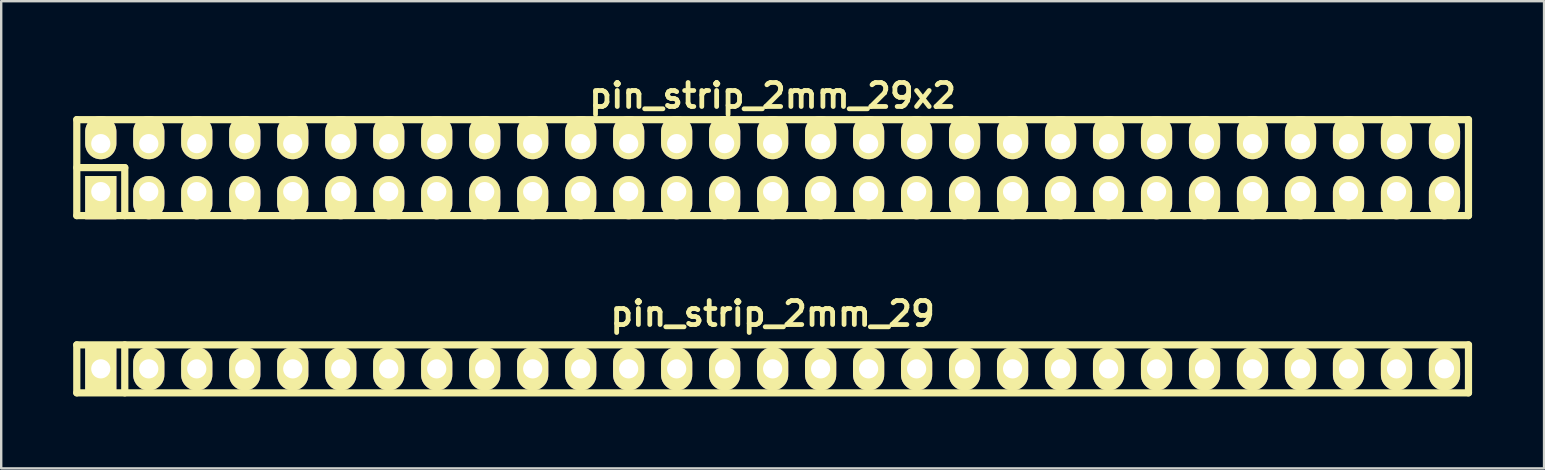
<source format=kicad_pcb>
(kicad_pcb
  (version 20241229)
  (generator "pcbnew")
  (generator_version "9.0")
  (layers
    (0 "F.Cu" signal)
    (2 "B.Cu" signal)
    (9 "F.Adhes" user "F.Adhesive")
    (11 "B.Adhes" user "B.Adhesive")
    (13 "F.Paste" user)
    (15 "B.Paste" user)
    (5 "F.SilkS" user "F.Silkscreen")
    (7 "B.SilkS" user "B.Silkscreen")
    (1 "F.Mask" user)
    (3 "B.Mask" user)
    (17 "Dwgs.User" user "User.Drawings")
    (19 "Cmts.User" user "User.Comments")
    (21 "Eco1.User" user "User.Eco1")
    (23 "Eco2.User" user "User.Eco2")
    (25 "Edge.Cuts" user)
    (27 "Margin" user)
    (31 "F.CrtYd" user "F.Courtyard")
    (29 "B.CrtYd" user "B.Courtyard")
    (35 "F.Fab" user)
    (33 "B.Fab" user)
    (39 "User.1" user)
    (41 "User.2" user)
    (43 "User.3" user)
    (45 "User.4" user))
  (footprint "pin_strip_2mm_29"
    (layer "F.Cu")
    (at 29.15 12.322)
    (property "Reference" "pin_strip_2mm_29" (at 0 -2.3 0) (layer "F.SilkS") (effects (font (size 1 1) (thickness 0.2))))
    (attr through_hole)
    (fp_line (start -29 -1) (end 29 -1) (stroke (width 0.3) (type solid)) (layer "F.SilkS"))
    (fp_line (start -29 1) (end -29 -1) (stroke (width 0.3) (type solid)) (layer "F.SilkS"))
    (fp_line (start -27 -1) (end -27 1) (stroke (width 0.3) (type solid)) (layer "F.SilkS"))
    (fp_line (start 29 -1) (end 29 1) (stroke (width 0.3) (type solid)) (layer "F.SilkS"))
    (fp_line (start 29 1) (end -29 1) (stroke (width 0.3) (type solid)) (layer "F.SilkS"))
    (pad "1" thru_hole rect (at -28 0) (size 1.3 1.8) (drill 0.8) (layers "*.Cu" "*.Mask" "F.SilkS"))
    (pad "2" thru_hole oval (at -26 0) (size 1.3 1.8) (drill 0.8) (layers "*.Cu" "*.Mask" "F.SilkS"))
    (pad "3" thru_hole oval (at -24 0) (size 1.3 1.8) (drill 0.8) (layers "*.Cu" "*.Mask" "F.SilkS"))
    (pad "4" thru_hole oval (at -22 0) (size 1.3 1.8) (drill 0.8) (layers "*.Cu" "*.Mask" "F.SilkS"))
    (pad "5" thru_hole oval (at -20 0) (size 1.3 1.8) (drill 0.8) (layers "*.Cu" "*.Mask" "F.SilkS"))
    (pad "6" thru_hole oval (at -18 0) (size 1.3 1.8) (drill 0.8) (layers "*.Cu" "*.Mask" "F.SilkS"))
    (pad "7" thru_hole oval (at -16 0) (size 1.3 1.8) (drill 0.8) (layers "*.Cu" "*.Mask" "F.SilkS"))
    (pad "8" thru_hole oval (at -14 0) (size 1.3 1.8) (drill 0.8) (layers "*.Cu" "*.Mask" "F.SilkS"))
    (pad "9" thru_hole oval (at -12 0) (size 1.3 1.8) (drill 0.8) (layers "*.Cu" "*.Mask" "F.SilkS"))
    (pad "10" thru_hole oval (at -10 0) (size 1.3 1.8) (drill 0.8) (layers "*.Cu" "*.Mask" "F.SilkS"))
    (pad "11" thru_hole oval (at -8 0) (size 1.3 1.8) (drill 0.8) (layers "*.Cu" "*.Mask" "F.SilkS"))
    (pad "12" thru_hole oval (at -6 0) (size 1.3 1.8) (drill 0.8) (layers "*.Cu" "*.Mask" "F.SilkS"))
    (pad "13" thru_hole oval (at -4 0) (size 1.3 1.8) (drill 0.8) (layers "*.Cu" "*.Mask" "F.SilkS"))
    (pad "14" thru_hole oval (at -2 0) (size 1.3 1.8) (drill 0.8) (layers "*.Cu" "*.Mask" "F.SilkS"))
    (pad "15" thru_hole oval (at 0 0) (size 1.3 1.8) (drill 0.8) (layers "*.Cu" "*.Mask" "F.SilkS"))
    (pad "16" thru_hole oval (at 2 0) (size 1.3 1.8) (drill 0.8) (layers "*.Cu" "*.Mask" "F.SilkS"))
    (pad "17" thru_hole oval (at 4 0) (size 1.3 1.8) (drill 0.8) (layers "*.Cu" "*.Mask" "F.SilkS"))
    (pad "18" thru_hole oval (at 6 0) (size 1.3 1.8) (drill 0.8) (layers "*.Cu" "*.Mask" "F.SilkS"))
    (pad "19" thru_hole oval (at 8 0) (size 1.3 1.8) (drill 0.8) (layers "*.Cu" "*.Mask" "F.SilkS"))
    (pad "20" thru_hole oval (at 10 0) (size 1.3 1.8) (drill 0.8) (layers "*.Cu" "*.Mask" "F.SilkS"))
    (pad "21" thru_hole oval (at 12 0) (size 1.3 1.8) (drill 0.8) (layers "*.Cu" "*.Mask" "F.SilkS"))
    (pad "22" thru_hole oval (at 14 0) (size 1.3 1.8) (drill 0.8) (layers "*.Cu" "*.Mask" "F.SilkS"))
    (pad "23" thru_hole oval (at 16 0) (size 1.3 1.8) (drill 0.8) (layers "*.Cu" "*.Mask" "F.SilkS"))
    (pad "24" thru_hole oval (at 18 0) (size 1.3 1.8) (drill 0.8) (layers "*.Cu" "*.Mask" "F.SilkS"))
    (pad "25" thru_hole oval (at 20 0) (size 1.3 1.8) (drill 0.8) (layers "*.Cu" "*.Mask" "F.SilkS"))
    (pad "26" thru_hole oval (at 22 0) (size 1.3 1.8) (drill 0.8) (layers "*.Cu" "*.Mask" "F.SilkS"))
    (pad "27" thru_hole oval (at 24 0) (size 1.3 1.8) (drill 0.8) (layers "*.Cu" "*.Mask" "F.SilkS"))
    (pad "28" thru_hole oval (at 26 0) (size 1.3 1.8) (drill 0.8) (layers "*.Cu" "*.Mask" "F.SilkS"))
    (pad "29" thru_hole oval (at 28 0) (size 1.3 1.8) (drill 0.8) (layers "*.Cu" "*.Mask" "F.SilkS")))
  (footprint "pin_strip_2mm_29x2"
    (layer "F.Cu")
    (at 29.15 3.936)
    (property "Reference" "pin_strip_2mm_29x2" (at 0 -3 0) (layer "F.SilkS") (effects (font (size 1 1) (thickness 0.2))))
    (attr through_hole)
    (fp_line (start -29 -2) (end 29 -2) (stroke (width 0.3) (type solid)) (layer "F.SilkS"))
    (fp_line (start -29 0) (end -27 0) (stroke (width 0.3) (type solid)) (layer "F.SilkS"))
    (fp_line (start -29 2) (end -29 -2) (stroke (width 0.3) (type solid)) (layer "F.SilkS"))
    (fp_line (start -27 0) (end -27 2) (stroke (width 0.3) (type solid)) (layer "F.SilkS"))
    (fp_line (start 29 -2) (end 29 2) (stroke (width 0.3) (type solid)) (layer "F.SilkS"))
    (fp_line (start 29 2) (end -29 2) (stroke (width 0.3) (type solid)) (layer "F.SilkS"))
    (pad "1" thru_hole rect (at -28 1) (size 1.3 1.8) (drill 0.8 (offset 0 0.25)) (layers "*.Cu" "*.Mask" "F.SilkS"))
    (pad "2" thru_hole oval (at -28 -1) (size 1.3 1.8) (drill 0.8 (offset 0 -0.25)) (layers "*.Cu" "*.Mask" "F.SilkS"))
    (pad "3" thru_hole oval (at -26 1) (size 1.3 1.8) (drill 0.8 (offset 0 0.25)) (layers "*.Cu" "*.Mask" "F.SilkS"))
    (pad "4" thru_hole oval (at -26 -1) (size 1.3 1.8) (drill 0.8 (offset 0 -0.25)) (layers "*.Cu" "*.Mask" "F.SilkS"))
    (pad "5" thru_hole oval (at -24 1) (size 1.3 1.8) (drill 0.8 (offset 0 0.25)) (layers "*.Cu" "*.Mask" "F.SilkS"))
    (pad "6" thru_hole oval (at -24 -1) (size 1.3 1.8) (drill 0.8 (offset 0 -0.25)) (layers "*.Cu" "*.Mask" "F.SilkS"))
    (pad "7" thru_hole oval (at -22 1) (size 1.3 1.8) (drill 0.8 (offset 0 0.25)) (layers "*.Cu" "*.Mask" "F.SilkS"))
    (pad "8" thru_hole oval (at -22 -1) (size 1.3 1.8) (drill 0.8 (offset 0 -0.25)) (layers "*.Cu" "*.Mask" "F.SilkS"))
    (pad "9" thru_hole oval (at -20 1) (size 1.3 1.8) (drill 0.8 (offset 0 0.25)) (layers "*.Cu" "*.Mask" "F.SilkS"))
    (pad "10" thru_hole oval (at -20 -1) (size 1.3 1.8) (drill 0.8 (offset 0 -0.25)) (layers "*.Cu" "*.Mask" "F.SilkS"))
    (pad "11" thru_hole oval (at -18 1) (size 1.3 1.8) (drill 0.8 (offset 0 0.25)) (layers "*.Cu" "*.Mask" "F.SilkS"))
    (pad "12" thru_hole oval (at -18 -1) (size 1.3 1.8) (drill 0.8 (offset 0 -0.25)) (layers "*.Cu" "*.Mask" "F.SilkS"))
    (pad "13" thru_hole oval (at -16 1) (size 1.3 1.8) (drill 0.8 (offset 0 0.25)) (layers "*.Cu" "*.Mask" "F.SilkS"))
    (pad "14" thru_hole oval (at -16 -1) (size 1.3 1.8) (drill 0.8 (offset 0 -0.25)) (layers "*.Cu" "*.Mask" "F.SilkS"))
    (pad "15" thru_hole oval (at -14 1) (size 1.3 1.8) (drill 0.8 (offset 0 0.25)) (layers "*.Cu" "*.Mask" "F.SilkS"))
    (pad "16" thru_hole oval (at -14 -1) (size 1.3 1.8) (drill 0.8 (offset 0 -0.25)) (layers "*.Cu" "*.Mask" "F.SilkS"))
    (pad "17" thru_hole oval (at -12 1) (size 1.3 1.8) (drill 0.8 (offset 0 0.25)) (layers "*.Cu" "*.Mask" "F.SilkS"))
    (pad "18" thru_hole oval (at -12 -1) (size 1.3 1.8) (drill 0.8 (offset 0 -0.25)) (layers "*.Cu" "*.Mask" "F.SilkS"))
    (pad "19" thru_hole oval (at -10 1) (size 1.3 1.8) (drill 0.8 (offset 0 0.25)) (layers "*.Cu" "*.Mask" "F.SilkS"))
    (pad "20" thru_hole oval (at -10 -1) (size 1.3 1.8) (drill 0.8 (offset 0 -0.25)) (layers "*.Cu" "*.Mask" "F.SilkS"))
    (pad "21" thru_hole oval (at -8 1) (size 1.3 1.8) (drill 0.8 (offset 0 0.25)) (layers "*.Cu" "*.Mask" "F.SilkS"))
    (pad "22" thru_hole oval (at -8 -1) (size 1.3 1.8) (drill 0.8 (offset 0 -0.25)) (layers "*.Cu" "*.Mask" "F.SilkS"))
    (pad "23" thru_hole oval (at -6 1) (size 1.3 1.8) (drill 0.8 (offset 0 0.25)) (layers "*.Cu" "*.Mask" "F.SilkS"))
    (pad "24" thru_hole oval (at -6 -1) (size 1.3 1.8) (drill 0.8 (offset 0 -0.25)) (layers "*.Cu" "*.Mask" "F.SilkS"))
    (pad "25" thru_hole oval (at -4 1) (size 1.3 1.8) (drill 0.8 (offset 0 0.25)) (layers "*.Cu" "*.Mask" "F.SilkS"))
    (pad "26" thru_hole oval (at -4 -1) (size 1.3 1.8) (drill 0.8 (offset 0 -0.25)) (layers "*.Cu" "*.Mask" "F.SilkS"))
    (pad "27" thru_hole oval (at -2 1) (size 1.3 1.8) (drill 0.8 (offset 0 0.25)) (layers "*.Cu" "*.Mask" "F.SilkS"))
    (pad "28" thru_hole oval (at -2 -1) (size 1.3 1.8) (drill 0.8 (offset 0 -0.25)) (layers "*.Cu" "*.Mask" "F.SilkS"))
    (pad "29" thru_hole oval (at 0 1) (size 1.3 1.8) (drill 0.8 (offset 0 0.25)) (layers "*.Cu" "*.Mask" "F.SilkS"))
    (pad "30" thru_hole oval (at 0 -1) (size 1.3 1.8) (drill 0.8 (offset 0 -0.25)) (layers "*.Cu" "*.Mask" "F.SilkS"))
    (pad "31" thru_hole oval (at 2 1) (size 1.3 1.8) (drill 0.8 (offset 0 0.25)) (layers "*.Cu" "*.Mask" "F.SilkS"))
    (pad "32" thru_hole oval (at 2 -1) (size 1.3 1.8) (drill 0.8 (offset 0 -0.25)) (layers "*.Cu" "*.Mask" "F.SilkS"))
    (pad "33" thru_hole oval (at 4 1) (size 1.3 1.8) (drill 0.8 (offset 0 0.25)) (layers "*.Cu" "*.Mask" "F.SilkS"))
    (pad "34" thru_hole oval (at 4 -1) (size 1.3 1.8) (drill 0.8 (offset 0 -0.25)) (layers "*.Cu" "*.Mask" "F.SilkS"))
    (pad "35" thru_hole oval (at 6 1) (size 1.3 1.8) (drill 0.8 (offset 0 0.25)) (layers "*.Cu" "*.Mask" "F.SilkS"))
    (pad "36" thru_hole oval (at 6 -1) (size 1.3 1.8) (drill 0.8 (offset 0 -0.25)) (layers "*.Cu" "*.Mask" "F.SilkS"))
    (pad "37" thru_hole oval (at 8 1) (size 1.3 1.8) (drill 0.8 (offset 0 0.25)) (layers "*.Cu" "*.Mask" "F.SilkS"))
    (pad "38" thru_hole oval (at 8 -1) (size 1.3 1.8) (drill 0.8 (offset 0 -0.25)) (layers "*.Cu" "*.Mask" "F.SilkS"))
    (pad "39" thru_hole oval (at 10 1) (size 1.3 1.8) (drill 0.8 (offset 0 0.25)) (layers "*.Cu" "*.Mask" "F.SilkS"))
    (pad "40" thru_hole oval (at 10 -1) (size 1.3 1.8) (drill 0.8 (offset 0 -0.25)) (layers "*.Cu" "*.Mask" "F.SilkS"))
    (pad "41" thru_hole oval (at 12 1) (size 1.3 1.8) (drill 0.8 (offset 0 0.25)) (layers "*.Cu" "*.Mask" "F.SilkS"))
    (pad "42" thru_hole oval (at 12 -1) (size 1.3 1.8) (drill 0.8 (offset 0 -0.25)) (layers "*.Cu" "*.Mask" "F.SilkS"))
    (pad "43" thru_hole oval (at 14 1) (size 1.3 1.8) (drill 0.8 (offset 0 0.25)) (layers "*.Cu" "*.Mask" "F.SilkS"))
    (pad "44" thru_hole oval (at 14 -1) (size 1.3 1.8) (drill 0.8 (offset 0 -0.25)) (layers "*.Cu" "*.Mask" "F.SilkS"))
    (pad "45" thru_hole oval (at 16 1) (size 1.3 1.8) (drill 0.8 (offset 0 0.25)) (layers "*.Cu" "*.Mask" "F.SilkS"))
    (pad "46" thru_hole oval (at 16 -1) (size 1.3 1.8) (drill 0.8 (offset 0 -0.25)) (layers "*.Cu" "*.Mask" "F.SilkS"))
    (pad "47" thru_hole oval (at 18 1) (size 1.3 1.8) (drill 0.8 (offset 0 0.25)) (layers "*.Cu" "*.Mask" "F.SilkS"))
    (pad "48" thru_hole oval (at 18 -1) (size 1.3 1.8) (drill 0.8 (offset 0 -0.25)) (layers "*.Cu" "*.Mask" "F.SilkS"))
    (pad "49" thru_hole oval (at 20 1) (size 1.3 1.8) (drill 0.8 (offset 0 0.25)) (layers "*.Cu" "*.Mask" "F.SilkS"))
    (pad "50" thru_hole oval (at 20 -1) (size 1.3 1.8) (drill 0.8 (offset 0 -0.25)) (layers "*.Cu" "*.Mask" "F.SilkS"))
    (pad "51" thru_hole oval (at 22 1) (size 1.3 1.8) (drill 0.8 (offset 0 0.25)) (layers "*.Cu" "*.Mask" "F.SilkS"))
    (pad "52" thru_hole oval (at 22 -1) (size 1.3 1.8) (drill 0.8 (offset 0 -0.25)) (layers "*.Cu" "*.Mask" "F.SilkS"))
    (pad "53" thru_hole oval (at 24 1) (size 1.3 1.8) (drill 0.8 (offset 0 0.25)) (layers "*.Cu" "*.Mask" "F.SilkS"))
    (pad "54" thru_hole oval (at 24 -1) (size 1.3 1.8) (drill 0.8 (offset 0 -0.25)) (layers "*.Cu" "*.Mask" "F.SilkS"))
    (pad "55" thru_hole oval (at 26 1) (size 1.3 1.8) (drill 0.8 (offset 0 0.25)) (layers "*.Cu" "*.Mask" "F.SilkS"))
    (pad "56" thru_hole oval (at 26 -1) (size 1.3 1.8) (drill 0.8 (offset 0 -0.25)) (layers "*.Cu" "*.Mask" "F.SilkS"))
    (pad "57" thru_hole oval (at 28 1) (size 1.3 1.8) (drill 0.8 (offset 0 0.25)) (layers "*.Cu" "*.Mask" "F.SilkS"))
    (pad "58" thru_hole oval (at 28 -1) (size 1.3 1.8) (drill 0.8 (offset 0 -0.25)) (layers "*.Cu" "*.Mask" "F.SilkS")))
  (gr_rect
    (start -3 -3)
    (end 61.3 16.472)
    (stroke (width 0.1) (type default))
    (fill no)
    (layer "Edge.Cuts")))
</source>
